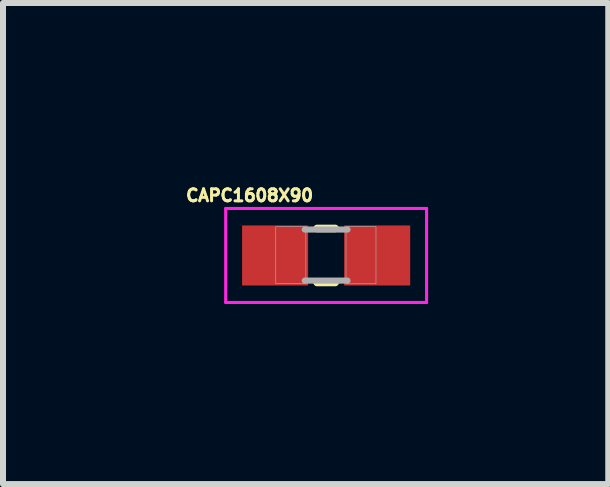
<source format=kicad_pcb>
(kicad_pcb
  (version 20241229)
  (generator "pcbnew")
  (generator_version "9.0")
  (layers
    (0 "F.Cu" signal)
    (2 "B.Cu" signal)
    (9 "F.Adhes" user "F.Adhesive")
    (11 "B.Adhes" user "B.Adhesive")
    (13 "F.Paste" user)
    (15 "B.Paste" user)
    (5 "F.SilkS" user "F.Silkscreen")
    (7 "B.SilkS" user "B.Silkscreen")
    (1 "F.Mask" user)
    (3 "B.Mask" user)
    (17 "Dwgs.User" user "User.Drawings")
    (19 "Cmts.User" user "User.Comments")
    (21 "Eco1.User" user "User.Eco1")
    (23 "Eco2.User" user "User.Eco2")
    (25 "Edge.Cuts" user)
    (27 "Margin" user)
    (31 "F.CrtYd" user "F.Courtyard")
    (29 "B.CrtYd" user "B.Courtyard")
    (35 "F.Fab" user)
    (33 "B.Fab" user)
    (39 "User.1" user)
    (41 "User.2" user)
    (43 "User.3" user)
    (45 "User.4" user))
  (footprint "CAPC1608X90"
    (layer "F.Cu")
    (at 2.382 1.205)
    (property "Reference" "CAPC1608X90" (at -1.275 -1 0) (layer "F.SilkS") (effects (font (size 0.2 0.2) (thickness 0.05))))
    (attr through_hole)
    (fp_line (start -0.15 -0.45) (end 0.15 -0.45) (stroke (width 0.127) (type solid)) (layer "F.SilkS"))
    (fp_line (start -0.15 0.45) (end 0.15 0.45) (stroke (width 0.127) (type solid)) (layer "F.SilkS"))
    (fp_line (start -1.673 -0.783) (end 1.673 -0.783) (stroke (width 0.051) (type solid)) (layer "F.CrtYd"))
    (fp_line (start -1.673 0.783) (end -1.673 -0.783) (stroke (width 0.051) (type solid)) (layer "F.CrtYd"))
    (fp_line (start 1.673 -0.783) (end 1.673 0.783) (stroke (width 0.051) (type solid)) (layer "F.CrtYd"))
    (fp_line (start 1.673 0.783) (end -1.673 0.783) (stroke (width 0.051) (type solid)) (layer "F.CrtYd"))
    (fp_line (start -0.356 -0.432) (end 0.356 -0.432) (stroke (width 0.102) (type solid)) (layer "F.Fab"))
    (fp_line (start -0.356 0.419) (end 0.356 0.419) (stroke (width 0.102) (type solid)) (layer "F.Fab"))
    (fp_poly (pts (xy -0.839 -0.48) (xy -0.338 -0.48) (xy -0.338 0.47) (xy -0.839 0.47)) (stroke (width 0.01) (type solid)) (fill no) (layer "F.Fab"))
    (fp_poly (pts (xy 0.331 -0.48) (xy 0.83 -0.48) (xy 0.83 0.471) (xy 0.331 0.471)) (stroke (width 0.01) (type solid)) (fill no) (layer "F.Fab"))
    (pad "1" smd rect (at -0.85 0) (size 1.1 1) (layers "F.Cu" "F.Mask" "F.Paste"))
    (pad "2" smd rect (at 0.85 0) (size 1.1 1) (layers "F.Cu" "F.Mask" "F.Paste")))
  (gr_rect
    (start -3 -3)
    (end 7.081 5.013)
    (stroke (width 0.1) (type default))
    (fill no)
    (layer "Edge.Cuts")))
</source>
